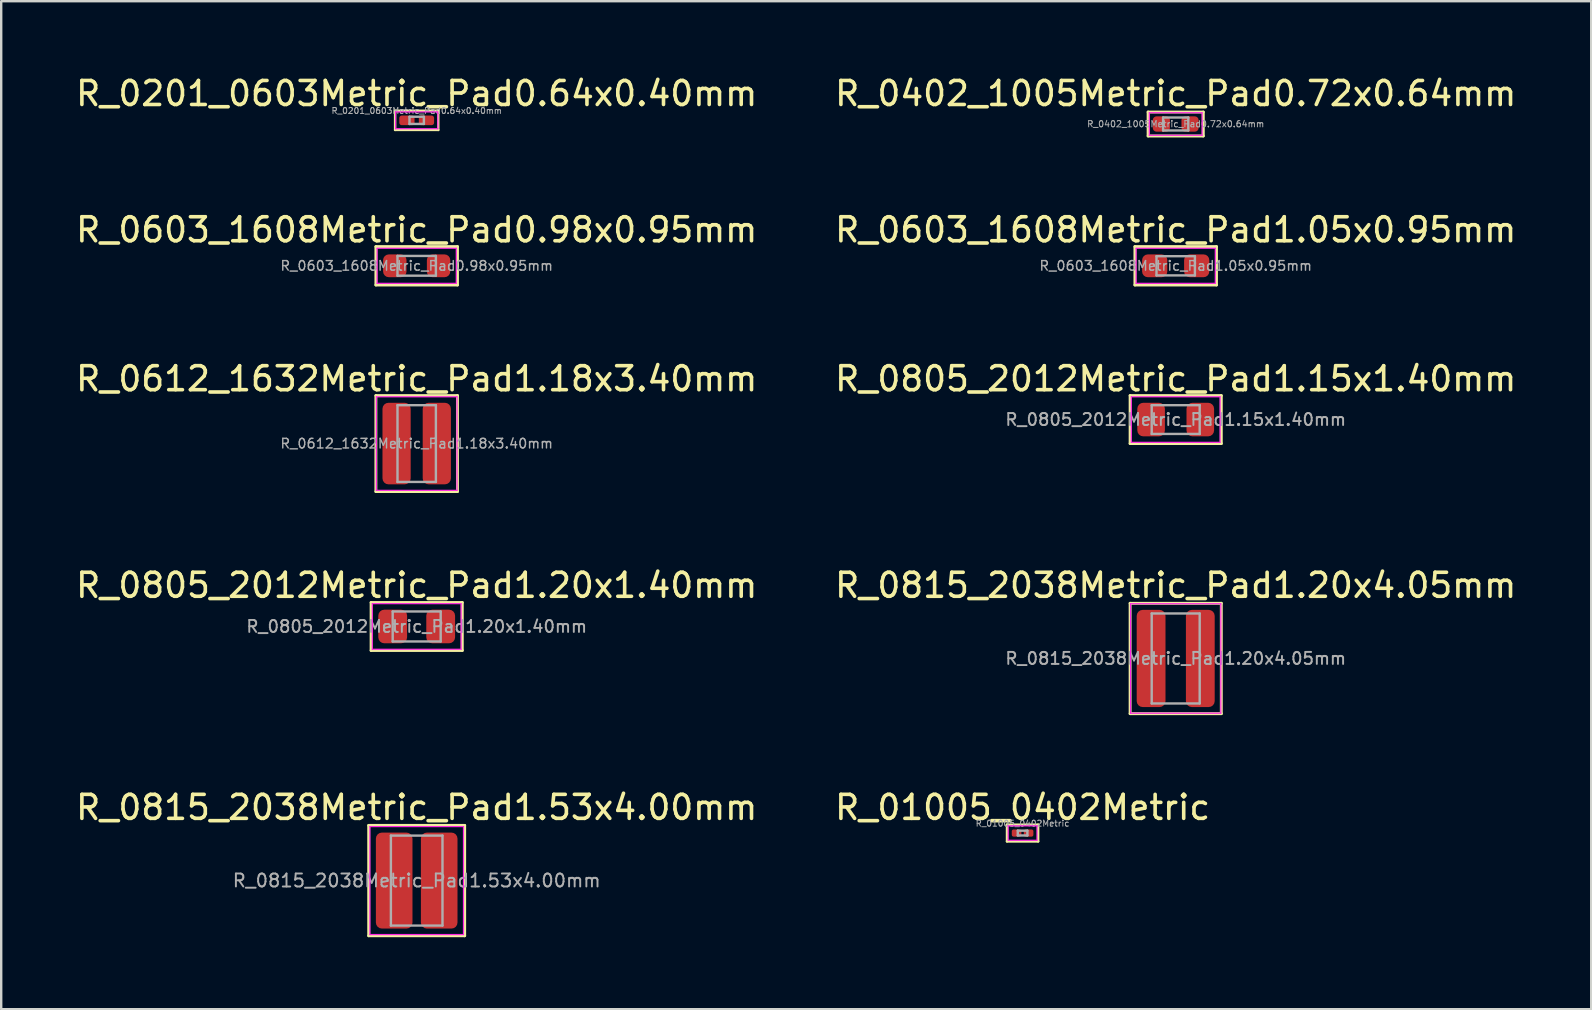
<source format=kicad_pcb>
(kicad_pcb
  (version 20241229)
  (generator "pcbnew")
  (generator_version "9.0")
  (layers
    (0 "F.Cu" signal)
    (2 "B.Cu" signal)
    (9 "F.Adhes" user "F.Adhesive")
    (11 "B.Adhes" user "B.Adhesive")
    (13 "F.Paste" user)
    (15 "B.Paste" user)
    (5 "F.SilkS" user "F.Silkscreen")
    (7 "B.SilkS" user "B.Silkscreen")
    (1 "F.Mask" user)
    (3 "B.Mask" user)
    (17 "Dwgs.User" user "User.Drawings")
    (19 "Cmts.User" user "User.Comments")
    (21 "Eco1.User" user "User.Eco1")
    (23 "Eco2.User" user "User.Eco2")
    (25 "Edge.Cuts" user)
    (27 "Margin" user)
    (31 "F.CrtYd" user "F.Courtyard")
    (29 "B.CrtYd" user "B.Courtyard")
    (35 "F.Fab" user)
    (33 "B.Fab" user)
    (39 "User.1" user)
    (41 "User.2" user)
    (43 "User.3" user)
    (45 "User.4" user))
  (footprint "R_0805_2012Metric_Pad1.15x1.40mm"
    (layer "F.Cu")
    (at 45.946 14.435)
    (property "Reference" "R_0805_2012Metric_Pad1.15x1.40mm" (at 0 -1.7 0) (layer "F.SilkS") (effects (font (size 1 1) (thickness 0.15))))
    (attr smd)
    (fp_line (start -1.9 -1) (end -1.9 1) (stroke (width 0.12) (type solid)) (layer "F.SilkS"))
    (fp_line (start -1.9 1) (end 1.9 1) (stroke (width 0.12) (type solid)) (layer "F.SilkS"))
    (fp_line (start 1.9 -1) (end -1.9 -1) (stroke (width 0.12) (type solid)) (layer "F.SilkS"))
    (fp_line (start 1.9 1) (end 1.9 -1) (stroke (width 0.12) (type solid)) (layer "F.SilkS"))
    (fp_line (start -1.85 -0.95) (end 1.85 -0.95) (stroke (width 0.05) (type solid)) (layer "F.CrtYd"))
    (fp_line (start -1.85 0.95) (end -1.85 -0.95) (stroke (width 0.05) (type solid)) (layer "F.CrtYd"))
    (fp_line (start 1.85 -0.95) (end 1.85 0.95) (stroke (width 0.05) (type solid)) (layer "F.CrtYd"))
    (fp_line (start 1.85 0.95) (end -1.85 0.95) (stroke (width 0.05) (type solid)) (layer "F.CrtYd"))
    (fp_line (start -1 -0.6) (end 1 -0.6) (stroke (width 0.1) (type solid)) (layer "F.Fab"))
    (fp_line (start -1 0.6) (end -1 -0.6) (stroke (width 0.1) (type solid)) (layer "F.Fab"))
    (fp_line (start 1 -0.6) (end 1 0.6) (stroke (width 0.1) (type solid)) (layer "F.Fab"))
    (fp_line (start 1 0.6) (end -1 0.6) (stroke (width 0.1) (type solid)) (layer "F.Fab"))
    (fp_text user "${REFERENCE}" (at 0 0 0) (layer "F.Fab") (effects (font (size 0.5 0.5) (thickness 0.08))))
    (pad "1" smd roundrect (at -1.025 0) (size 1.15 1.4) (layers "F.Cu" "F.Mask" "F.Paste") (roundrect_rratio 0.217))
    (pad "2" smd roundrect (at 1.025 0) (size 1.15 1.4) (layers "F.Cu" "F.Mask" "F.Paste") (roundrect_rratio 0.217)))
  (footprint "R_0603_1608Metric_Pad0.98x0.95mm"
    (layer "F.Cu")
    (at 14.315 8.027)
    (property "Reference" "R_0603_1608Metric_Pad0.98x0.95mm" (at 0 -1.5 0) (layer "F.SilkS") (effects (font (size 1 1) (thickness 0.15))))
    (attr smd)
    (fp_line (start -1.7 -0.8) (end -1.7 0.8) (stroke (width 0.12) (type solid)) (layer "F.SilkS"))
    (fp_line (start -1.7 0.8) (end 1.7 0.8) (stroke (width 0.12) (type solid)) (layer "F.SilkS"))
    (fp_line (start 1.7 -0.8) (end -1.7 -0.8) (stroke (width 0.12) (type solid)) (layer "F.SilkS"))
    (fp_line (start 1.7 0.8) (end 1.7 -0.8) (stroke (width 0.12) (type solid)) (layer "F.SilkS"))
    (fp_line (start -1.65 -0.73) (end 1.65 -0.73) (stroke (width 0.05) (type solid)) (layer "F.CrtYd"))
    (fp_line (start -1.65 0.73) (end -1.65 -0.73) (stroke (width 0.05) (type solid)) (layer "F.CrtYd"))
    (fp_line (start 1.65 -0.73) (end 1.65 0.73) (stroke (width 0.05) (type solid)) (layer "F.CrtYd"))
    (fp_line (start 1.65 0.73) (end -1.65 0.73) (stroke (width 0.05) (type solid)) (layer "F.CrtYd"))
    (fp_line (start -0.8 -0.412) (end 0.8 -0.412) (stroke (width 0.1) (type solid)) (layer "F.Fab"))
    (fp_line (start -0.8 0.412) (end -0.8 -0.412) (stroke (width 0.1) (type solid)) (layer "F.Fab"))
    (fp_line (start 0.8 -0.412) (end 0.8 0.412) (stroke (width 0.1) (type solid)) (layer "F.Fab"))
    (fp_line (start 0.8 0.412) (end -0.8 0.412) (stroke (width 0.1) (type solid)) (layer "F.Fab"))
    (fp_text user "${REFERENCE}" (at 0 0 0) (layer "F.Fab") (effects (font (size 0.4 0.4) (thickness 0.06))))
    (pad "1" smd roundrect (at -0.912 0) (size 0.975 0.95) (layers "F.Cu" "F.Mask" "F.Paste") (roundrect_rratio 0.25))
    (pad "2" smd roundrect (at 0.912 0) (size 0.975 0.95) (layers "F.Cu" "F.Mask" "F.Paste") (roundrect_rratio 0.25)))
  (footprint "R_01005_0402Metric"
    (layer "F.Cu")
    (at 39.565 31.666)
    (property "Reference" "R_01005_0402Metric" (at 0 -1.067 0) (layer "F.SilkS") (effects (font (size 1 1) (thickness 0.15))))
    (attr smd)
    (fp_line (start -0.65 -0.35) (end -0.65 0.35) (stroke (width 0.1) (type solid)) (layer "F.SilkS"))
    (fp_line (start -0.65 0.35) (end 0.65 0.35) (stroke (width 0.1) (type solid)) (layer "F.SilkS"))
    (fp_line (start 0.65 -0.35) (end -0.65 -0.35) (stroke (width 0.1) (type solid)) (layer "F.SilkS"))
    (fp_line (start 0.65 0.35) (end 0.65 -0.35) (stroke (width 0.1) (type solid)) (layer "F.SilkS"))
    (fp_line (start -0.6 -0.3) (end 0.6 -0.3) (stroke (width 0.05) (type solid)) (layer "F.CrtYd"))
    (fp_line (start -0.6 0.3) (end -0.6 -0.3) (stroke (width 0.05) (type solid)) (layer "F.CrtYd"))
    (fp_line (start 0.6 -0.3) (end 0.6 0.3) (stroke (width 0.05) (type solid)) (layer "F.CrtYd"))
    (fp_line (start 0.6 0.3) (end -0.6 0.3) (stroke (width 0.05) (type solid)) (layer "F.CrtYd"))
    (fp_line (start -0.2 -0.1) (end 0.2 -0.1) (stroke (width 0.1) (type solid)) (layer "F.Fab"))
    (fp_line (start -0.2 0.1) (end -0.2 -0.1) (stroke (width 0.1) (type solid)) (layer "F.Fab"))
    (fp_line (start 0.2 -0.1) (end 0.2 0.1) (stroke (width 0.1) (type solid)) (layer "F.Fab"))
    (fp_line (start 0.2 0.1) (end -0.2 0.1) (stroke (width 0.1) (type solid)) (layer "F.Fab"))
    (fp_text user "${REFERENCE}" (at 0 -0.4 0) (layer "F.Fab") (effects (font (size 0.25 0.25) (thickness 0.04))))
    (pad "" smd roundrect (at -0.275 0) (size 0.27 0.27) (layers "F.Paste") (roundrect_rratio 0.25))
    (pad "" smd roundrect (at 0.275 0) (size 0.27 0.27) (layers "F.Paste") (roundrect_rratio 0.25))
    (pad "1" smd roundrect (at -0.25 0) (size 0.4 0.3) (layers "F.Cu" "F.Mask") (roundrect_rratio 0.25))
    (pad "2" smd roundrect (at 0.25 0) (size 0.4 0.3) (layers "F.Cu" "F.Mask") (roundrect_rratio 0.25)))
  (footprint "R_0805_2012Metric_Pad1.20x1.40mm"
    (layer "F.Cu")
    (at 14.315 23.058)
    (property "Reference" "R_0805_2012Metric_Pad1.20x1.40mm" (at 0 -1.714 0) (layer "F.SilkS") (effects (font (size 1 1) (thickness 0.15))))
    (attr smd)
    (fp_line (start -1.9 -1) (end -1.9 1) (stroke (width 0.12) (type solid)) (layer "F.SilkS"))
    (fp_line (start -1.9 1) (end 1.9 1) (stroke (width 0.12) (type solid)) (layer "F.SilkS"))
    (fp_line (start 1.9 -1) (end -1.9 -1) (stroke (width 0.12) (type solid)) (layer "F.SilkS"))
    (fp_line (start 1.9 1) (end 1.9 -1) (stroke (width 0.12) (type solid)) (layer "F.SilkS"))
    (fp_line (start -1.85 -0.95) (end 1.85 -0.95) (stroke (width 0.05) (type solid)) (layer "F.CrtYd"))
    (fp_line (start -1.85 0.95) (end -1.85 -0.95) (stroke (width 0.05) (type solid)) (layer "F.CrtYd"))
    (fp_line (start 1.85 -0.95) (end 1.85 0.95) (stroke (width 0.05) (type solid)) (layer "F.CrtYd"))
    (fp_line (start 1.85 0.95) (end -1.85 0.95) (stroke (width 0.05) (type solid)) (layer "F.CrtYd"))
    (fp_line (start -1 -0.625) (end 1 -0.625) (stroke (width 0.1) (type solid)) (layer "F.Fab"))
    (fp_line (start -1 0.625) (end -1 -0.625) (stroke (width 0.1) (type solid)) (layer "F.Fab"))
    (fp_line (start 1 -0.625) (end 1 0.625) (stroke (width 0.1) (type solid)) (layer "F.Fab"))
    (fp_line (start 1 0.625) (end -1 0.625) (stroke (width 0.1) (type solid)) (layer "F.Fab"))
    (fp_text user "${REFERENCE}" (at 0 0 0) (layer "F.Fab") (effects (font (size 0.5 0.5) (thickness 0.08))))
    (pad "1" smd roundrect (at -1 0) (size 1.2 1.4) (layers "F.Cu" "F.Mask" "F.Paste") (roundrect_rratio 0.208))
    (pad "2" smd roundrect (at 1 0) (size 1.2 1.4) (layers "F.Cu" "F.Mask" "F.Paste") (roundrect_rratio 0.208)))
  (footprint "R_0402_1005Metric_Pad0.72x0.64mm"
    (layer "F.Cu")
    (at 45.946 2.118)
    (property "Reference" "R_0402_1005Metric_Pad0.72x0.64mm" (at 0 -1.27 0) (layer "F.SilkS") (effects (font (size 1 1) (thickness 0.15))))
    (attr smd)
    (fp_line (start -1.15 -0.5) (end -1.15 0.5) (stroke (width 0.12) (type solid)) (layer "F.SilkS"))
    (fp_line (start -1.15 0.5) (end 1.15 0.5) (stroke (width 0.12) (type solid)) (layer "F.SilkS"))
    (fp_line (start 1.15 -0.5) (end -1.15 -0.5) (stroke (width 0.12) (type solid)) (layer "F.SilkS"))
    (fp_line (start 1.15 0.5) (end 1.15 -0.5) (stroke (width 0.12) (type solid)) (layer "F.SilkS"))
    (fp_line (start -1.1 -0.47) (end 1.1 -0.47) (stroke (width 0.05) (type solid)) (layer "F.CrtYd"))
    (fp_line (start -1.1 0.47) (end -1.1 -0.47) (stroke (width 0.05) (type solid)) (layer "F.CrtYd"))
    (fp_line (start 1.1 -0.47) (end 1.1 0.47) (stroke (width 0.05) (type solid)) (layer "F.CrtYd"))
    (fp_line (start 1.1 0.47) (end -1.1 0.47) (stroke (width 0.05) (type solid)) (layer "F.CrtYd"))
    (fp_line (start -0.525 -0.27) (end 0.525 -0.27) (stroke (width 0.1) (type solid)) (layer "F.Fab"))
    (fp_line (start -0.525 0.27) (end -0.525 -0.27) (stroke (width 0.1) (type solid)) (layer "F.Fab"))
    (fp_line (start 0.525 -0.27) (end 0.525 0.27) (stroke (width 0.1) (type solid)) (layer "F.Fab"))
    (fp_line (start 0.525 0.27) (end -0.525 0.27) (stroke (width 0.1) (type solid)) (layer "F.Fab"))
    (fp_text user "${REFERENCE}" (at 0 0 0) (layer "F.Fab") (effects (font (size 0.26 0.26) (thickness 0.04))))
    (pad "1" smd roundrect (at -0.598 0) (size 0.715 0.64) (layers "F.Cu" "F.Mask" "F.Paste") (roundrect_rratio 0.25))
    (pad "2" smd roundrect (at 0.598 0) (size 0.715 0.64) (layers "F.Cu" "F.Mask" "F.Paste") (roundrect_rratio 0.25)))
  (footprint "R_0815_2038Metric_Pad1.20x4.05mm"
    (layer "F.Cu")
    (at 45.946 24.391)
    (property "Reference" "R_0815_2038Metric_Pad1.20x4.05mm" (at 0 -3.048 0) (layer "F.SilkS") (effects (font (size 1 1) (thickness 0.15))))
    (attr smd)
    (fp_line (start -1.9 -2.3) (end -1.9 2.3) (stroke (width 0.12) (type solid)) (layer "F.SilkS"))
    (fp_line (start -1.9 2.3) (end 1.9 2.3) (stroke (width 0.12) (type solid)) (layer "F.SilkS"))
    (fp_line (start 1.9 -2.3) (end -1.9 -2.3) (stroke (width 0.12) (type solid)) (layer "F.SilkS"))
    (fp_line (start 1.9 2.3) (end 1.9 -2.3) (stroke (width 0.12) (type solid)) (layer "F.SilkS"))
    (fp_line (start -1.88 -2.28) (end 1.88 -2.28) (stroke (width 0.05) (type solid)) (layer "F.CrtYd"))
    (fp_line (start -1.88 2.28) (end -1.88 -2.28) (stroke (width 0.05) (type solid)) (layer "F.CrtYd"))
    (fp_line (start 1.88 -2.28) (end 1.88 2.28) (stroke (width 0.05) (type solid)) (layer "F.CrtYd"))
    (fp_line (start 1.88 2.28) (end -1.88 2.28) (stroke (width 0.05) (type solid)) (layer "F.CrtYd"))
    (fp_line (start -1 -1.875) (end 1 -1.875) (stroke (width 0.1) (type solid)) (layer "F.Fab"))
    (fp_line (start -1 1.875) (end -1 -1.875) (stroke (width 0.1) (type solid)) (layer "F.Fab"))
    (fp_line (start 1 -1.875) (end 1 1.875) (stroke (width 0.1) (type solid)) (layer "F.Fab"))
    (fp_line (start 1 1.875) (end -1 1.875) (stroke (width 0.1) (type solid)) (layer "F.Fab"))
    (fp_text user "${REFERENCE}" (at 0 0 0) (layer "F.Fab") (effects (font (size 0.5 0.5) (thickness 0.08))))
    (pad "1" smd roundrect (at -1.025 0) (size 1.2 4.05) (layers "F.Cu" "F.Mask" "F.Paste") (roundrect_rratio 0.208))
    (pad "2" smd roundrect (at 1.025 0) (size 1.2 4.05) (layers "F.Cu" "F.Mask" "F.Paste") (roundrect_rratio 0.208)))
  (footprint "R_0603_1608Metric_Pad1.05x0.95mm"
    (layer "F.Cu")
    (at 45.946 8.027)
    (property "Reference" "R_0603_1608Metric_Pad1.05x0.95mm" (at 0 -1.5 0) (layer "F.SilkS") (effects (font (size 1 1) (thickness 0.15))))
    (attr smd)
    (fp_line (start -1.7 -0.8) (end -1.7 0.8) (stroke (width 0.12) (type solid)) (layer "F.SilkS"))
    (fp_line (start -1.7 0.8) (end 1.7 0.8) (stroke (width 0.12) (type solid)) (layer "F.SilkS"))
    (fp_line (start 1.7 -0.8) (end -1.7 -0.8) (stroke (width 0.12) (type solid)) (layer "F.SilkS"))
    (fp_line (start 1.7 0.8) (end 1.7 -0.8) (stroke (width 0.12) (type solid)) (layer "F.SilkS"))
    (fp_line (start -1.65 -0.73) (end 1.65 -0.73) (stroke (width 0.05) (type solid)) (layer "F.CrtYd"))
    (fp_line (start -1.65 0.73) (end -1.65 -0.73) (stroke (width 0.05) (type solid)) (layer "F.CrtYd"))
    (fp_line (start 1.65 -0.73) (end 1.65 0.73) (stroke (width 0.05) (type solid)) (layer "F.CrtYd"))
    (fp_line (start 1.65 0.73) (end -1.65 0.73) (stroke (width 0.05) (type solid)) (layer "F.CrtYd"))
    (fp_line (start -0.8 -0.4) (end 0.8 -0.4) (stroke (width 0.1) (type solid)) (layer "F.Fab"))
    (fp_line (start -0.8 0.4) (end -0.8 -0.4) (stroke (width 0.1) (type solid)) (layer "F.Fab"))
    (fp_line (start 0.8 -0.4) (end 0.8 0.4) (stroke (width 0.1) (type solid)) (layer "F.Fab"))
    (fp_line (start 0.8 0.4) (end -0.8 0.4) (stroke (width 0.1) (type solid)) (layer "F.Fab"))
    (fp_text user "${REFERENCE}" (at 0 0 0) (layer "F.Fab") (effects (font (size 0.4 0.4) (thickness 0.06))))
    (pad "1" smd roundrect (at -0.875 0) (size 1.05 0.95) (layers "F.Cu" "F.Mask" "F.Paste") (roundrect_rratio 0.25))
    (pad "2" smd roundrect (at 0.875 0) (size 1.05 0.95) (layers "F.Cu" "F.Mask" "F.Paste") (roundrect_rratio 0.25)))
  (footprint "R_0201_0603Metric_Pad0.64x0.40mm"
    (layer "F.Cu")
    (at 14.315 1.966)
    (property "Reference" "R_0201_0603Metric_Pad0.64x0.40mm" (at 0 -1.118 0) (layer "F.SilkS") (effects (font (size 1 1) (thickness 0.15))))
    (attr smd)
    (fp_line (start -0.9 -0.4) (end -0.9 0.4) (stroke (width 0.1) (type solid)) (layer "F.SilkS"))
    (fp_line (start -0.9 0.4) (end 0.9 0.4) (stroke (width 0.1) (type solid)) (layer "F.SilkS"))
    (fp_line (start 0.9 -0.4) (end -0.9 -0.4) (stroke (width 0.1) (type solid)) (layer "F.SilkS"))
    (fp_line (start 0.9 0.4) (end 0.9 -0.4) (stroke (width 0.1) (type solid)) (layer "F.SilkS"))
    (fp_line (start -0.88 -0.35) (end 0.88 -0.35) (stroke (width 0.05) (type solid)) (layer "F.CrtYd"))
    (fp_line (start -0.88 0.35) (end -0.88 -0.35) (stroke (width 0.05) (type solid)) (layer "F.CrtYd"))
    (fp_line (start 0.88 -0.35) (end 0.88 0.35) (stroke (width 0.05) (type solid)) (layer "F.CrtYd"))
    (fp_line (start 0.88 0.35) (end -0.88 0.35) (stroke (width 0.05) (type solid)) (layer "F.CrtYd"))
    (fp_line (start -0.3 -0.15) (end 0.3 -0.15) (stroke (width 0.1) (type solid)) (layer "F.Fab"))
    (fp_line (start -0.3 0.15) (end -0.3 -0.15) (stroke (width 0.1) (type solid)) (layer "F.Fab"))
    (fp_line (start 0.3 -0.15) (end 0.3 0.15) (stroke (width 0.1) (type solid)) (layer "F.Fab"))
    (fp_line (start 0.3 0.15) (end -0.3 0.15) (stroke (width 0.1) (type solid)) (layer "F.Fab"))
    (fp_text user "${REFERENCE}" (at 0 -0.4 0) (layer "F.Fab") (effects (font (size 0.25 0.25) (thickness 0.04))))
    (pad "" smd roundrect (at -0.432 0) (size 0.458 0.36) (layers "F.Paste") (roundrect_rratio 0.25))
    (pad "" smd roundrect (at 0.432 0) (size 0.458 0.36) (layers "F.Paste") (roundrect_rratio 0.25))
    (pad "1" smd roundrect (at -0.407 0) (size 0.635 0.4) (layers "F.Cu" "F.Mask") (roundrect_rratio 0.25))
    (pad "2" smd roundrect (at 0.407 0) (size 0.635 0.4) (layers "F.Cu" "F.Mask") (roundrect_rratio 0.25)))
  (footprint "R_0815_2038Metric_Pad1.53x4.00mm"
    (layer "F.Cu")
    (at 14.315 33.647)
    (property "Reference" "R_0815_2038Metric_Pad1.53x4.00mm" (at 0 -3.048 0) (layer "F.SilkS") (effects (font (size 1 1) (thickness 0.15))))
    (attr smd)
    (fp_line (start -2 -2.3) (end 2 -2.3) (stroke (width 0.12) (type solid)) (layer "F.SilkS"))
    (fp_line (start -2 2.3) (end -2 -2.3) (stroke (width 0.12) (type solid)) (layer "F.SilkS"))
    (fp_line (start 2 -2.3) (end 2 2.3) (stroke (width 0.12) (type solid)) (layer "F.SilkS"))
    (fp_line (start 2 2.3) (end -2 2.3) (stroke (width 0.12) (type solid)) (layer "F.SilkS"))
    (fp_line (start -1.95 -2.25) (end 1.95 -2.25) (stroke (width 0.05) (type solid)) (layer "F.CrtYd"))
    (fp_line (start -1.95 2.25) (end -1.95 -2.25) (stroke (width 0.05) (type solid)) (layer "F.CrtYd"))
    (fp_line (start 1.95 -2.25) (end 1.95 2.25) (stroke (width 0.05) (type solid)) (layer "F.CrtYd"))
    (fp_line (start 1.95 2.25) (end -1.95 2.25) (stroke (width 0.05) (type solid)) (layer "F.CrtYd"))
    (fp_line (start -1.075 -1.875) (end 1.075 -1.875) (stroke (width 0.1) (type solid)) (layer "F.Fab"))
    (fp_line (start -1.075 1.875) (end -1.075 -1.875) (stroke (width 0.1) (type solid)) (layer "F.Fab"))
    (fp_line (start 1.075 -1.875) (end 1.075 1.875) (stroke (width 0.1) (type solid)) (layer "F.Fab"))
    (fp_line (start 1.075 1.875) (end -1.075 1.875) (stroke (width 0.1) (type solid)) (layer "F.Fab"))
    (fp_text user "${REFERENCE}" (at 0 0 0) (layer "F.Fab") (effects (font (size 0.54 0.54) (thickness 0.08))))
    (pad "1" smd roundrect (at -0.938 0) (size 1.525 4) (layers "F.Cu" "F.Mask" "F.Paste") (roundrect_rratio 0.164))
    (pad "2" smd roundrect (at 0.938 0) (size 1.525 4) (layers "F.Cu" "F.Mask" "F.Paste") (roundrect_rratio 0.164)))
  (footprint "R_0612_1632Metric_Pad1.18x3.40mm"
    (layer "F.Cu")
    (at 14.315 15.435)
    (property "Reference" "R_0612_1632Metric_Pad1.18x3.40mm" (at 0 -2.7 0) (layer "F.SilkS") (effects (font (size 1 1) (thickness 0.15))))
    (attr smd)
    (fp_line (start -1.7 -2) (end -1.7 2) (stroke (width 0.12) (type solid)) (layer "F.SilkS"))
    (fp_line (start -1.7 2) (end 1.7 2) (stroke (width 0.12) (type solid)) (layer "F.SilkS"))
    (fp_line (start 1.7 -2) (end -1.7 -2) (stroke (width 0.12) (type solid)) (layer "F.SilkS"))
    (fp_line (start 1.7 2) (end 1.7 -2) (stroke (width 0.12) (type solid)) (layer "F.SilkS"))
    (fp_line (start -1.68 -1.95) (end 1.68 -1.95) (stroke (width 0.05) (type solid)) (layer "F.CrtYd"))
    (fp_line (start -1.68 1.95) (end -1.68 -1.95) (stroke (width 0.05) (type solid)) (layer "F.CrtYd"))
    (fp_line (start 1.68 -1.95) (end 1.68 1.95) (stroke (width 0.05) (type solid)) (layer "F.CrtYd"))
    (fp_line (start 1.68 1.95) (end -1.68 1.95) (stroke (width 0.05) (type solid)) (layer "F.CrtYd"))
    (fp_line (start -0.8 -1.6) (end 0.8 -1.6) (stroke (width 0.1) (type solid)) (layer "F.Fab"))
    (fp_line (start -0.8 1.6) (end -0.8 -1.6) (stroke (width 0.1) (type solid)) (layer "F.Fab"))
    (fp_line (start 0.8 -1.6) (end 0.8 1.6) (stroke (width 0.1) (type solid)) (layer "F.Fab"))
    (fp_line (start 0.8 1.6) (end -0.8 1.6) (stroke (width 0.1) (type solid)) (layer "F.Fab"))
    (fp_text user "${REFERENCE}" (at 0 0 0) (layer "F.Fab") (effects (font (size 0.4 0.4) (thickness 0.06))))
    (pad "1" smd roundrect (at -0.838 0) (size 1.175 3.4) (layers "F.Cu" "F.Mask" "F.Paste") (roundrect_rratio 0.213))
    (pad "2" smd roundrect (at 0.838 0) (size 1.175 3.4) (layers "F.Cu" "F.Mask" "F.Paste") (roundrect_rratio 0.213)))
  (gr_rect
    (start -3 -3)
    (end 63.262 39.007)
    (stroke (width 0.1) (type default))
    (fill no)
    (layer "Edge.Cuts")))
</source>
